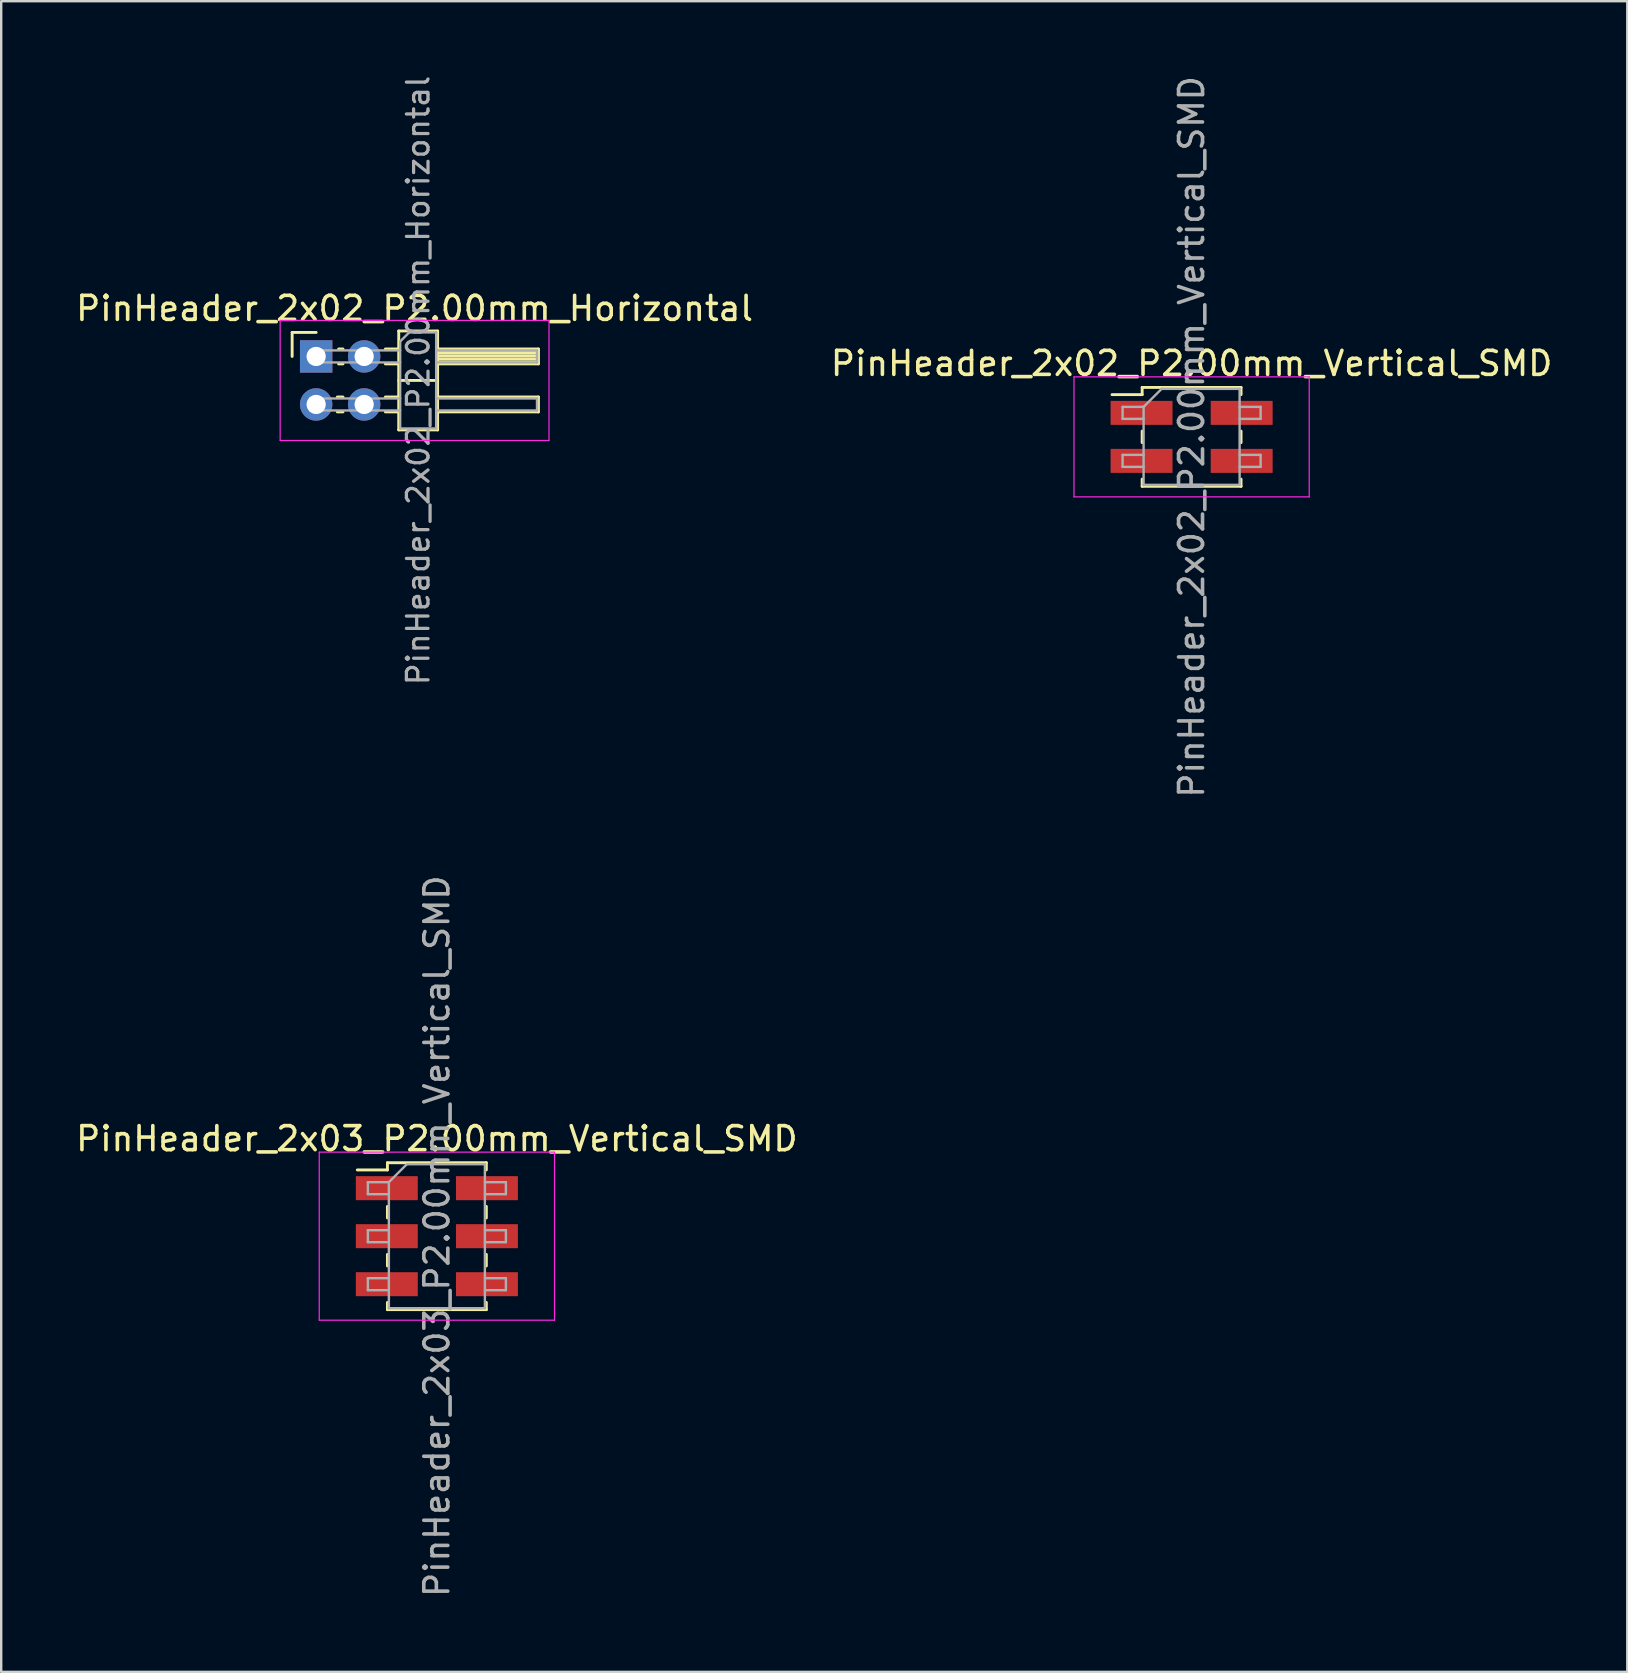
<source format=kicad_pcb>
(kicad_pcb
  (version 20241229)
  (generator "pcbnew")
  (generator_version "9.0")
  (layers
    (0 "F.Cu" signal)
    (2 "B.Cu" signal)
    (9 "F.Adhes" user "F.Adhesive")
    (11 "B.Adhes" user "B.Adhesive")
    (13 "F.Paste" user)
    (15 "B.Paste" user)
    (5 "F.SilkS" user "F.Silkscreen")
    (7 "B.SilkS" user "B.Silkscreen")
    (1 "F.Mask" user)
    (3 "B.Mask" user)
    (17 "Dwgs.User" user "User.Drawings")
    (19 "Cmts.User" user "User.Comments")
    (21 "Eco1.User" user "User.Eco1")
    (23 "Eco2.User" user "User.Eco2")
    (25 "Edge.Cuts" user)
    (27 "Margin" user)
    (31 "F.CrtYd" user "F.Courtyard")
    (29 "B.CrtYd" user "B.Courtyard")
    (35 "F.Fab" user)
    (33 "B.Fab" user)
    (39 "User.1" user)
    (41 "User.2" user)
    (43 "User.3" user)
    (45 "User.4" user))
  (footprint "PinHeader_2x02_P2.00mm_Horizontal"
    (layer "F.Cu")
    (at 10.12 11.798)
    (property "Reference" "PinHeader_2x02_P2.00mm_Horizontal" (at 4.1 -2 0) (layer "F.SilkS") (effects (font (size 1 1) (thickness 0.15))))
    (attr through_hole)
    (fp_line (start -1 -1) (end 0 -1) (stroke (width 0.12) (type solid)) (layer "F.SilkS"))
    (fp_line (start -1 0) (end -1 -1) (stroke (width 0.12) (type solid)) (layer "F.SilkS"))
    (fp_line (start 0.882 1.69) (end 1.118 1.69) (stroke (width 0.12) (type solid)) (layer "F.SilkS"))
    (fp_line (start 0.882 2.31) (end 1.118 2.31) (stroke (width 0.12) (type solid)) (layer "F.SilkS"))
    (fp_line (start 0.935 -0.31) (end 1.118 -0.31) (stroke (width 0.12) (type solid)) (layer "F.SilkS"))
    (fp_line (start 0.935 0.31) (end 1.118 0.31) (stroke (width 0.12) (type solid)) (layer "F.SilkS"))
    (fp_line (start 2.882 -0.31) (end 3.44 -0.31) (stroke (width 0.12) (type solid)) (layer "F.SilkS"))
    (fp_line (start 2.882 0.31) (end 3.44 0.31) (stroke (width 0.12) (type solid)) (layer "F.SilkS"))
    (fp_line (start 2.882 1.69) (end 3.44 1.69) (stroke (width 0.12) (type solid)) (layer "F.SilkS"))
    (fp_line (start 2.882 2.31) (end 3.44 2.31) (stroke (width 0.12) (type solid)) (layer "F.SilkS"))
    (fp_line (start 3.44 -1.06) (end 3.44 3.06) (stroke (width 0.12) (type solid)) (layer "F.SilkS"))
    (fp_line (start 3.44 1) (end 5.06 1) (stroke (width 0.12) (type solid)) (layer "F.SilkS"))
    (fp_line (start 3.44 3.06) (end 5.06 3.06) (stroke (width 0.12) (type solid)) (layer "F.SilkS"))
    (fp_line (start 5.06 -1.06) (end 3.44 -1.06) (stroke (width 0.12) (type solid)) (layer "F.SilkS"))
    (fp_line (start 5.06 -0.31) (end 9.26 -0.31) (stroke (width 0.12) (type solid)) (layer "F.SilkS"))
    (fp_line (start 5.06 -0.25) (end 9.26 -0.25) (stroke (width 0.12) (type solid)) (layer "F.SilkS"))
    (fp_line (start 5.06 -0.13) (end 9.26 -0.13) (stroke (width 0.12) (type solid)) (layer "F.SilkS"))
    (fp_line (start 5.06 -0.01) (end 9.26 -0.01) (stroke (width 0.12) (type solid)) (layer "F.SilkS"))
    (fp_line (start 5.06 0.11) (end 9.26 0.11) (stroke (width 0.12) (type solid)) (layer "F.SilkS"))
    (fp_line (start 5.06 0.23) (end 9.26 0.23) (stroke (width 0.12) (type solid)) (layer "F.SilkS"))
    (fp_line (start 5.06 1.69) (end 9.26 1.69) (stroke (width 0.12) (type solid)) (layer "F.SilkS"))
    (fp_line (start 5.06 3.06) (end 5.06 -1.06) (stroke (width 0.12) (type solid)) (layer "F.SilkS"))
    (fp_line (start 9.26 -0.31) (end 9.26 0.31) (stroke (width 0.12) (type solid)) (layer "F.SilkS"))
    (fp_line (start 9.26 0.31) (end 5.06 0.31) (stroke (width 0.12) (type solid)) (layer "F.SilkS"))
    (fp_line (start 9.26 1.69) (end 9.26 2.31) (stroke (width 0.12) (type solid)) (layer "F.SilkS"))
    (fp_line (start 9.26 2.31) (end 5.06 2.31) (stroke (width 0.12) (type solid)) (layer "F.SilkS"))
    (fp_line (start -1.5 -1.5) (end -1.5 3.5) (stroke (width 0.05) (type solid)) (layer "F.CrtYd"))
    (fp_line (start -1.5 3.5) (end 9.7 3.5) (stroke (width 0.05) (type solid)) (layer "F.CrtYd"))
    (fp_line (start 9.7 -1.5) (end -1.5 -1.5) (stroke (width 0.05) (type solid)) (layer "F.CrtYd"))
    (fp_line (start 9.7 3.5) (end 9.7 -1.5) (stroke (width 0.05) (type solid)) (layer "F.CrtYd"))
    (fp_line (start -0.25 -0.25) (end -0.25 0.25) (stroke (width 0.1) (type solid)) (layer "F.Fab"))
    (fp_line (start -0.25 -0.25) (end 3.5 -0.25) (stroke (width 0.1) (type solid)) (layer "F.Fab"))
    (fp_line (start -0.25 0.25) (end 3.5 0.25) (stroke (width 0.1) (type solid)) (layer "F.Fab"))
    (fp_line (start -0.25 1.75) (end -0.25 2.25) (stroke (width 0.1) (type solid)) (layer "F.Fab"))
    (fp_line (start -0.25 1.75) (end 3.5 1.75) (stroke (width 0.1) (type solid)) (layer "F.Fab"))
    (fp_line (start -0.25 2.25) (end 3.5 2.25) (stroke (width 0.1) (type solid)) (layer "F.Fab"))
    (fp_line (start 3.5 -0.625) (end 3.875 -1) (stroke (width 0.1) (type solid)) (layer "F.Fab"))
    (fp_line (start 3.5 3) (end 3.5 -0.625) (stroke (width 0.1) (type solid)) (layer "F.Fab"))
    (fp_line (start 3.875 -1) (end 5 -1) (stroke (width 0.1) (type solid)) (layer "F.Fab"))
    (fp_line (start 5 -1) (end 5 3) (stroke (width 0.1) (type solid)) (layer "F.Fab"))
    (fp_line (start 5 -0.25) (end 9.2 -0.25) (stroke (width 0.1) (type solid)) (layer "F.Fab"))
    (fp_line (start 5 0.25) (end 9.2 0.25) (stroke (width 0.1) (type solid)) (layer "F.Fab"))
    (fp_line (start 5 1.75) (end 9.2 1.75) (stroke (width 0.1) (type solid)) (layer "F.Fab"))
    (fp_line (start 5 2.25) (end 9.2 2.25) (stroke (width 0.1) (type solid)) (layer "F.Fab"))
    (fp_line (start 5 3) (end 3.5 3) (stroke (width 0.1) (type solid)) (layer "F.Fab"))
    (fp_line (start 9.2 -0.25) (end 9.2 0.25) (stroke (width 0.1) (type solid)) (layer "F.Fab"))
    (fp_line (start 9.2 1.75) (end 9.2 2.25) (stroke (width 0.1) (type solid)) (layer "F.Fab"))
    (fp_text user "${REFERENCE}" (at 4.25 1 90) (layer "F.Fab") (effects (font (size 0.9 0.9) (thickness 0.135))))
    (pad "1" thru_hole rect (at 0 0) (size 1.35 1.35) (drill 0.8) (layers "*.Cu" "*.Mask"))
    (pad "2" thru_hole oval (at 2 0) (size 1.35 1.35) (drill 0.8) (layers "*.Cu" "*.Mask"))
    (pad "3" thru_hole oval (at 0 2) (size 1.35 1.35) (drill 0.8) (layers "*.Cu" "*.Mask"))
    (pad "4" thru_hole oval (at 2 2) (size 1.35 1.35) (drill 0.8) (layers "*.Cu" "*.Mask")))
  (footprint "PinHeader_2x03_P2.00mm_Vertical_SMD"
    (layer "F.Cu")
    (at 15.149 48.446)
    (property "Reference" "PinHeader_2x03_P2.00mm_Vertical_SMD" (at 0 -4.06 0) (layer "F.SilkS") (effects (font (size 1 1) (thickness 0.15))))
    (attr smd)
    (fp_line (start -3.315 -2.76) (end -2.06 -2.76) (stroke (width 0.12) (type solid)) (layer "F.SilkS"))
    (fp_line (start -2.06 -3.06) (end -2.06 -2.76) (stroke (width 0.12) (type solid)) (layer "F.SilkS"))
    (fp_line (start -2.06 -3.06) (end 2.06 -3.06) (stroke (width 0.12) (type solid)) (layer "F.SilkS"))
    (fp_line (start -2.06 -1.24) (end -2.06 -0.76) (stroke (width 0.12) (type solid)) (layer "F.SilkS"))
    (fp_line (start -2.06 0.76) (end -2.06 1.24) (stroke (width 0.12) (type solid)) (layer "F.SilkS"))
    (fp_line (start -2.06 2.76) (end -2.06 3.06) (stroke (width 0.12) (type solid)) (layer "F.SilkS"))
    (fp_line (start -2.06 3.06) (end 2.06 3.06) (stroke (width 0.12) (type solid)) (layer "F.SilkS"))
    (fp_line (start 2.06 -3.06) (end 2.06 -2.76) (stroke (width 0.12) (type solid)) (layer "F.SilkS"))
    (fp_line (start 2.06 -1.24) (end 2.06 -0.76) (stroke (width 0.12) (type solid)) (layer "F.SilkS"))
    (fp_line (start 2.06 0.76) (end 2.06 1.24) (stroke (width 0.12) (type solid)) (layer "F.SilkS"))
    (fp_line (start 2.06 2.76) (end 2.06 3.06) (stroke (width 0.12) (type solid)) (layer "F.SilkS"))
    (fp_line (start -4.9 -3.5) (end -4.9 3.5) (stroke (width 0.05) (type solid)) (layer "F.CrtYd"))
    (fp_line (start -4.9 3.5) (end 4.9 3.5) (stroke (width 0.05) (type solid)) (layer "F.CrtYd"))
    (fp_line (start 4.9 -3.5) (end -4.9 -3.5) (stroke (width 0.05) (type solid)) (layer "F.CrtYd"))
    (fp_line (start 4.9 3.5) (end 4.9 -3.5) (stroke (width 0.05) (type solid)) (layer "F.CrtYd"))
    (fp_line (start -2.875 -2.25) (end -2.875 -1.75) (stroke (width 0.1) (type solid)) (layer "F.Fab"))
    (fp_line (start -2.875 -1.75) (end -2 -1.75) (stroke (width 0.1) (type solid)) (layer "F.Fab"))
    (fp_line (start -2.875 -0.25) (end -2.875 0.25) (stroke (width 0.1) (type solid)) (layer "F.Fab"))
    (fp_line (start -2.875 0.25) (end -2 0.25) (stroke (width 0.1) (type solid)) (layer "F.Fab"))
    (fp_line (start -2.875 1.75) (end -2.875 2.25) (stroke (width 0.1) (type solid)) (layer "F.Fab"))
    (fp_line (start -2.875 2.25) (end -2 2.25) (stroke (width 0.1) (type solid)) (layer "F.Fab"))
    (fp_line (start -2 -2.25) (end -2.875 -2.25) (stroke (width 0.1) (type solid)) (layer "F.Fab"))
    (fp_line (start -2 -2.25) (end -1.25 -3) (stroke (width 0.1) (type solid)) (layer "F.Fab"))
    (fp_line (start -2 -0.25) (end -2.875 -0.25) (stroke (width 0.1) (type solid)) (layer "F.Fab"))
    (fp_line (start -2 1.75) (end -2.875 1.75) (stroke (width 0.1) (type solid)) (layer "F.Fab"))
    (fp_line (start -2 3) (end -2 -2.25) (stroke (width 0.1) (type solid)) (layer "F.Fab"))
    (fp_line (start -1.25 -3) (end 2 -3) (stroke (width 0.1) (type solid)) (layer "F.Fab"))
    (fp_line (start 2 -3) (end 2 3) (stroke (width 0.1) (type solid)) (layer "F.Fab"))
    (fp_line (start 2 -2.25) (end 2.875 -2.25) (stroke (width 0.1) (type solid)) (layer "F.Fab"))
    (fp_line (start 2 -0.25) (end 2.875 -0.25) (stroke (width 0.1) (type solid)) (layer "F.Fab"))
    (fp_line (start 2 1.75) (end 2.875 1.75) (stroke (width 0.1) (type solid)) (layer "F.Fab"))
    (fp_line (start 2 3) (end -2 3) (stroke (width 0.1) (type solid)) (layer "F.Fab"))
    (fp_line (start 2.875 -2.25) (end 2.875 -1.75) (stroke (width 0.1) (type solid)) (layer "F.Fab"))
    (fp_line (start 2.875 -1.75) (end 2 -1.75) (stroke (width 0.1) (type solid)) (layer "F.Fab"))
    (fp_line (start 2.875 -0.25) (end 2.875 0.25) (stroke (width 0.1) (type solid)) (layer "F.Fab"))
    (fp_line (start 2.875 0.25) (end 2 0.25) (stroke (width 0.1) (type solid)) (layer "F.Fab"))
    (fp_line (start 2.875 1.75) (end 2.875 2.25) (stroke (width 0.1) (type solid)) (layer "F.Fab"))
    (fp_line (start 2.875 2.25) (end 2 2.25) (stroke (width 0.1) (type solid)) (layer "F.Fab"))
    (fp_text user "${REFERENCE}" (at 0 0 90) (layer "F.Fab") (effects (font (size 1 1) (thickness 0.15))))
    (pad "1" smd rect (at -2.085 -2) (size 2.58 1) (layers "F.Cu" "F.Mask" "F.Paste"))
    (pad "2" smd rect (at 2.085 -2) (size 2.58 1) (layers "F.Cu" "F.Mask" "F.Paste"))
    (pad "3" smd rect (at -2.085 0) (size 2.58 1) (layers "F.Cu" "F.Mask" "F.Paste"))
    (pad "4" smd rect (at 2.085 0) (size 2.58 1) (layers "F.Cu" "F.Mask" "F.Paste"))
    (pad "5" smd rect (at -2.085 2) (size 2.58 1) (layers "F.Cu" "F.Mask" "F.Paste"))
    (pad "6" smd rect (at 2.085 2) (size 2.58 1) (layers "F.Cu" "F.Mask" "F.Paste")))
  (footprint "PinHeader_2x02_P2.00mm_Vertical_SMD"
    (layer "F.Cu")
    (at 46.589 15.149)
    (property "Reference" "PinHeader_2x02_P2.00mm_Vertical_SMD" (at 0 -3.06 0) (layer "F.SilkS") (effects (font (size 1 1) (thickness 0.15))))
    (attr smd)
    (fp_line (start -3.315 -1.76) (end -2.06 -1.76) (stroke (width 0.12) (type solid)) (layer "F.SilkS"))
    (fp_line (start -2.06 -2.06) (end -2.06 -1.76) (stroke (width 0.12) (type solid)) (layer "F.SilkS"))
    (fp_line (start -2.06 -2.06) (end 2.06 -2.06) (stroke (width 0.12) (type solid)) (layer "F.SilkS"))
    (fp_line (start -2.06 -0.24) (end -2.06 0.24) (stroke (width 0.12) (type solid)) (layer "F.SilkS"))
    (fp_line (start -2.06 1.76) (end -2.06 2.06) (stroke (width 0.12) (type solid)) (layer "F.SilkS"))
    (fp_line (start -2.06 2.06) (end 2.06 2.06) (stroke (width 0.12) (type solid)) (layer "F.SilkS"))
    (fp_line (start 2.06 -2.06) (end 2.06 -1.76) (stroke (width 0.12) (type solid)) (layer "F.SilkS"))
    (fp_line (start 2.06 -0.24) (end 2.06 0.24) (stroke (width 0.12) (type solid)) (layer "F.SilkS"))
    (fp_line (start 2.06 1.76) (end 2.06 2.06) (stroke (width 0.12) (type solid)) (layer "F.SilkS"))
    (fp_line (start -4.9 -2.5) (end -4.9 2.5) (stroke (width 0.05) (type solid)) (layer "F.CrtYd"))
    (fp_line (start -4.9 2.5) (end 4.9 2.5) (stroke (width 0.05) (type solid)) (layer "F.CrtYd"))
    (fp_line (start 4.9 -2.5) (end -4.9 -2.5) (stroke (width 0.05) (type solid)) (layer "F.CrtYd"))
    (fp_line (start 4.9 2.5) (end 4.9 -2.5) (stroke (width 0.05) (type solid)) (layer "F.CrtYd"))
    (fp_line (start -2.875 -1.25) (end -2.875 -0.75) (stroke (width 0.1) (type solid)) (layer "F.Fab"))
    (fp_line (start -2.875 -0.75) (end -2 -0.75) (stroke (width 0.1) (type solid)) (layer "F.Fab"))
    (fp_line (start -2.875 0.75) (end -2.875 1.25) (stroke (width 0.1) (type solid)) (layer "F.Fab"))
    (fp_line (start -2.875 1.25) (end -2 1.25) (stroke (width 0.1) (type solid)) (layer "F.Fab"))
    (fp_line (start -2 -1.25) (end -2.875 -1.25) (stroke (width 0.1) (type solid)) (layer "F.Fab"))
    (fp_line (start -2 -1.25) (end -1.25 -2) (stroke (width 0.1) (type solid)) (layer "F.Fab"))
    (fp_line (start -2 0.75) (end -2.875 0.75) (stroke (width 0.1) (type solid)) (layer "F.Fab"))
    (fp_line (start -2 2) (end -2 -1.25) (stroke (width 0.1) (type solid)) (layer "F.Fab"))
    (fp_line (start -1.25 -2) (end 2 -2) (stroke (width 0.1) (type solid)) (layer "F.Fab"))
    (fp_line (start 2 -2) (end 2 2) (stroke (width 0.1) (type solid)) (layer "F.Fab"))
    (fp_line (start 2 -1.25) (end 2.875 -1.25) (stroke (width 0.1) (type solid)) (layer "F.Fab"))
    (fp_line (start 2 0.75) (end 2.875 0.75) (stroke (width 0.1) (type solid)) (layer "F.Fab"))
    (fp_line (start 2 2) (end -2 2) (stroke (width 0.1) (type solid)) (layer "F.Fab"))
    (fp_line (start 2.875 -1.25) (end 2.875 -0.75) (stroke (width 0.1) (type solid)) (layer "F.Fab"))
    (fp_line (start 2.875 -0.75) (end 2 -0.75) (stroke (width 0.1) (type solid)) (layer "F.Fab"))
    (fp_line (start 2.875 0.75) (end 2.875 1.25) (stroke (width 0.1) (type solid)) (layer "F.Fab"))
    (fp_line (start 2.875 1.25) (end 2 1.25) (stroke (width 0.1) (type solid)) (layer "F.Fab"))
    (fp_text user "${REFERENCE}" (at 0 0 90) (layer "F.Fab") (effects (font (size 1 1) (thickness 0.15))))
    (pad "1" smd rect (at -2.085 -1) (size 2.58 1) (layers "F.Cu" "F.Mask" "F.Paste"))
    (pad "2" smd rect (at 2.085 -1) (size 2.58 1) (layers "F.Cu" "F.Mask" "F.Paste"))
    (pad "3" smd rect (at -2.085 1) (size 2.58 1) (layers "F.Cu" "F.Mask" "F.Paste"))
    (pad "4" smd rect (at 2.085 1) (size 2.58 1) (layers "F.Cu" "F.Mask" "F.Paste")))
  (gr_rect
    (start -3 -3)
    (end 64.738 66.595)
    (stroke (width 0.1) (type default))
    (fill no)
    (layer "Edge.Cuts")))
</source>
